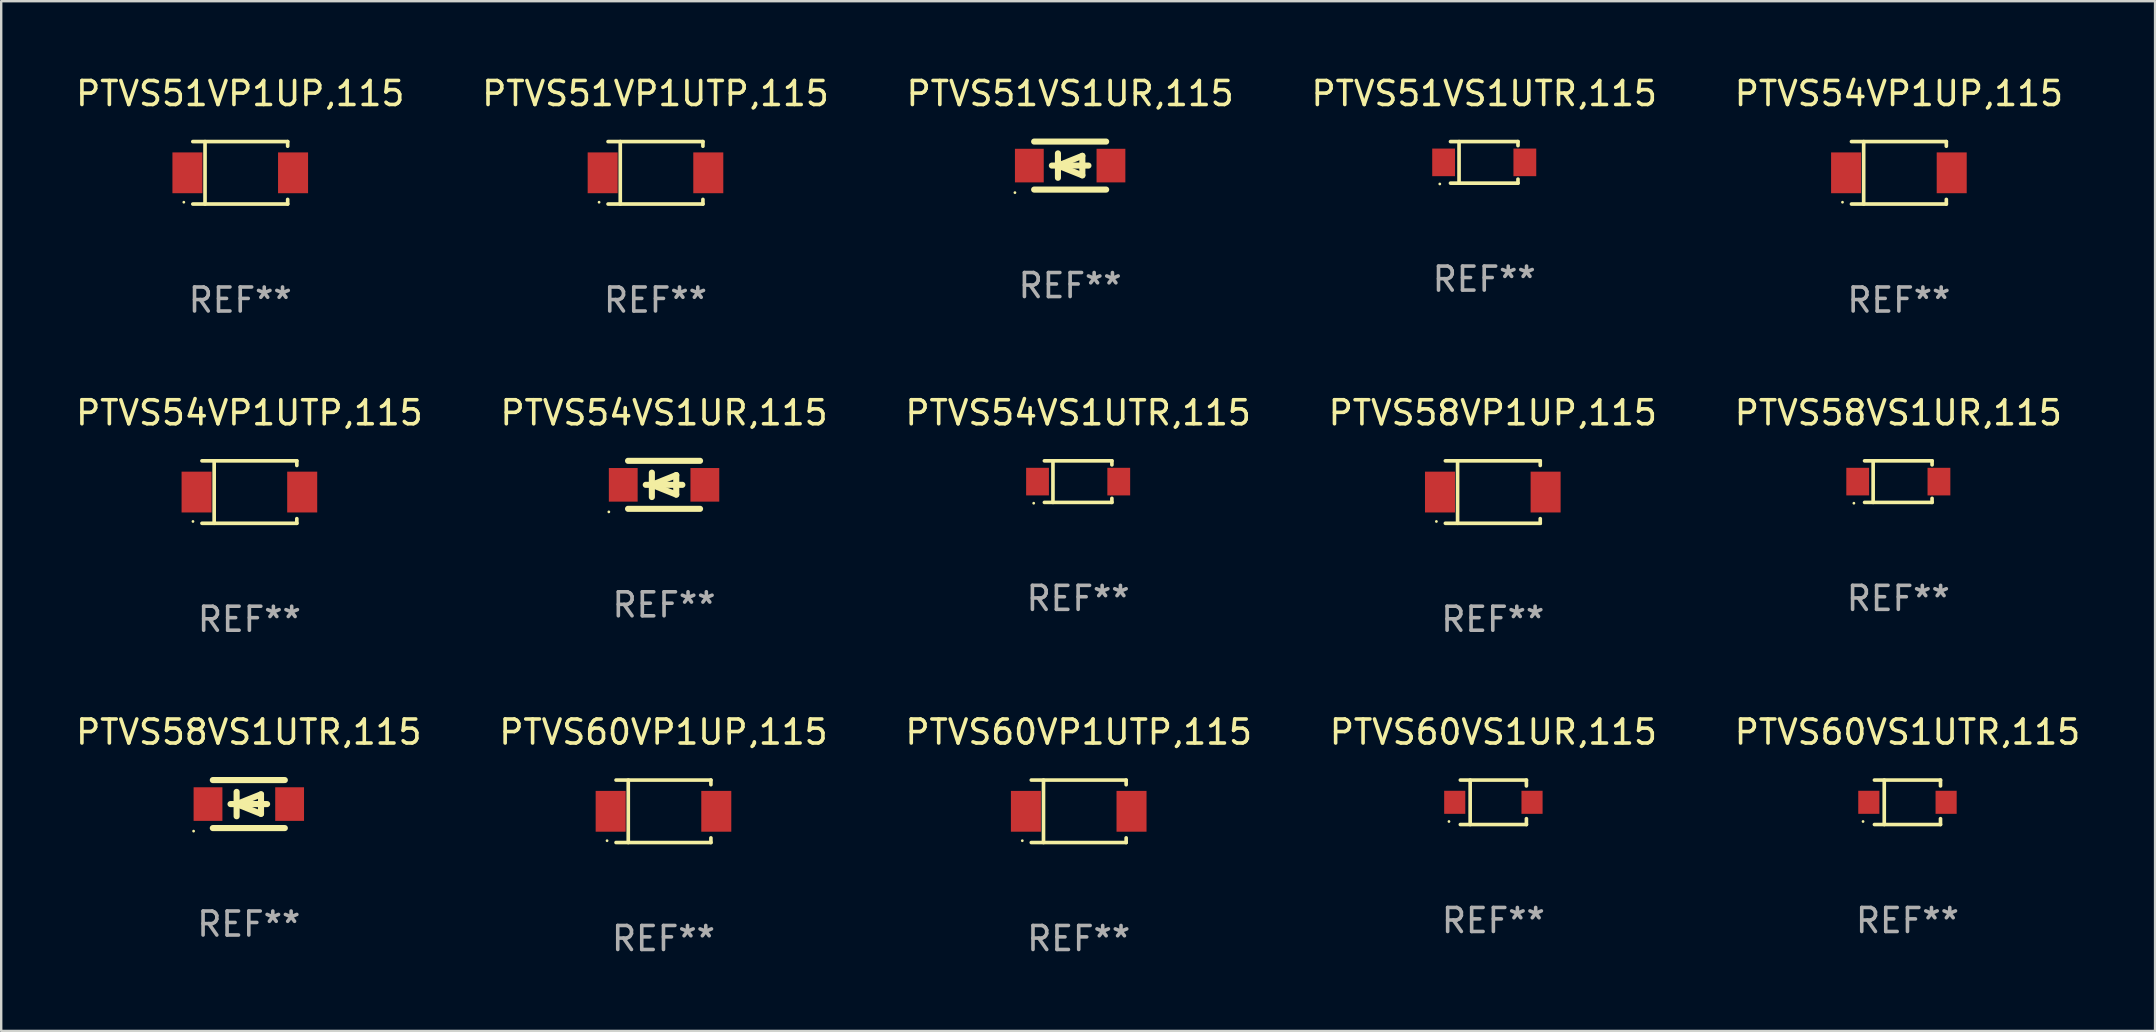
<source format=kicad_pcb>
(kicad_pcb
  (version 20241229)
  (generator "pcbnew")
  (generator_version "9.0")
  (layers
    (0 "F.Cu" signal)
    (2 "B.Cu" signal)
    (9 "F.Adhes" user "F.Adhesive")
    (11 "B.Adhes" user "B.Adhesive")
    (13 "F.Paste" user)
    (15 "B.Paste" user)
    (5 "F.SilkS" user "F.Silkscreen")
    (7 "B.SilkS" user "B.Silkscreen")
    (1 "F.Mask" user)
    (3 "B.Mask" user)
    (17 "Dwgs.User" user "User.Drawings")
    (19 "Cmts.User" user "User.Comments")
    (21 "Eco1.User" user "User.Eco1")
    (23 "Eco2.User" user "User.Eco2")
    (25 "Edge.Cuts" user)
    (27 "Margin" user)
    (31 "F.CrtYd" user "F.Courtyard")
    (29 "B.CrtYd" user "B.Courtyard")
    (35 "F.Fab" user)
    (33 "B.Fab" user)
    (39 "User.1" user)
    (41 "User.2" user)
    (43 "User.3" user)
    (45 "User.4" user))
  (footprint "PTVS51VP1UP,115"
    (layer "F.Cu")
    (at 6.958 4.149)
    (property "Reference" "PTVS51VP1UP,115" (at 0 -3.301 0) (layer "F.SilkS") (effects (font (size 1 1) (thickness 0.15))))
    (attr through_hole)
    (fp_line (start -1.976 -1.301) (end 1.976 -1.301) (stroke (width 0.152) (type solid)) (layer "F.SilkS"))
    (fp_line (start -1.976 1.301) (end 1.976 1.301) (stroke (width 0.152) (type solid)) (layer "F.SilkS"))
    (fp_line (start -1.467 -1.301) (end -1.467 1.301) (stroke (width 0.152) (type solid)) (layer "F.SilkS"))
    (fp_line (start 1.976 -1.301) (end 1.976 -1.108) (stroke (width 0.152) (type solid)) (layer "F.SilkS"))
    (fp_line (start 1.976 1.301) (end 1.976 1.108) (stroke (width 0.152) (type solid)) (layer "F.SilkS"))
    (fp_circle (center -2.35 1.225) (end -2.32 1.225) (stroke (width 0.06) (type solid)) (fill no) (layer "F.SilkS"))
    (fp_text user "REF**" (at 0 5.301 0) (layer "F.Fab") (effects (font (size 1 1) (thickness 0.15))))
    (pad "1" smd rect (at -2.2 0 180) (size 1.25 1.7) (layers "F.Cu" "F.Mask" "F.Paste"))
    (pad "2" smd rect (at 2.2 0 180) (size 1.25 1.7) (layers "F.Cu" "F.Mask" "F.Paste")))
  (footprint "PTVS51VP1UTP,115"
    (layer "F.Cu")
    (at 24.256 4.149)
    (property "Reference" "PTVS51VP1UTP,115" (at 0 -3.301 0) (layer "F.SilkS") (effects (font (size 1 1) (thickness 0.15))))
    (attr through_hole)
    (fp_line (start -1.976 -1.301) (end 1.976 -1.301) (stroke (width 0.152) (type solid)) (layer "F.SilkS"))
    (fp_line (start -1.976 1.301) (end 1.976 1.301) (stroke (width 0.152) (type solid)) (layer "F.SilkS"))
    (fp_line (start -1.467 -1.301) (end -1.467 1.301) (stroke (width 0.152) (type solid)) (layer "F.SilkS"))
    (fp_line (start 1.976 -1.301) (end 1.976 -1.108) (stroke (width 0.152) (type solid)) (layer "F.SilkS"))
    (fp_line (start 1.976 1.301) (end 1.976 1.108) (stroke (width 0.152) (type solid)) (layer "F.SilkS"))
    (fp_circle (center -2.35 1.225) (end -2.32 1.225) (stroke (width 0.06) (type solid)) (fill no) (layer "F.SilkS"))
    (fp_text user "REF**" (at 0 5.301 0) (layer "F.Fab") (effects (font (size 1 1) (thickness 0.15))))
    (pad "1" smd rect (at -2.2 0 180) (size 1.25 1.7) (layers "F.Cu" "F.Mask" "F.Paste"))
    (pad "2" smd rect (at 2.2 0 180) (size 1.25 1.7) (layers "F.Cu" "F.Mask" "F.Paste")))
  (footprint "PTVS51VS1UTR,115"
    (layer "F.Cu")
    (at 58.78 3.714)
    (property "Reference" "PTVS51VS1UTR,115" (at 0 -2.866 0) (layer "F.SilkS") (effects (font (size 1 1) (thickness 0.15))))
    (attr through_hole)
    (fp_line (start -1.406 -0.866) (end 1.406 -0.866) (stroke (width 0.152) (type solid)) (layer "F.SilkS"))
    (fp_line (start -1.406 0.866) (end 1.406 0.866) (stroke (width 0.152) (type solid)) (layer "F.SilkS"))
    (fp_line (start -1.049 -0.866) (end -1.049 0.866) (stroke (width 0.152) (type solid)) (layer "F.SilkS"))
    (fp_line (start 1.406 -0.866) (end 1.406 -0.698) (stroke (width 0.152) (type solid)) (layer "F.SilkS"))
    (fp_line (start 1.406 0.866) (end 1.406 0.698) (stroke (width 0.152) (type solid)) (layer "F.SilkS"))
    (fp_circle (center -1.851 0.9) (end -1.821 0.9) (stroke (width 0.06) (type solid)) (fill no) (layer "F.SilkS"))
    (fp_text user "REF**" (at 0 4.866 0) (layer "F.Fab") (effects (font (size 1 1) (thickness 0.15))))
    (pad "1" smd rect (at -1.692 0) (size 0.95 1.15) (layers "F.Cu" "F.Mask" "F.Paste"))
    (pad "2" smd rect (at 1.692 0) (size 0.95 1.15) (layers "F.Cu" "F.Mask" "F.Paste")))
  (footprint "PTVS54VS1UR,115"
    (layer "F.Cu")
    (at 24.613 17.147)
    (property "Reference" "PTVS54VS1UR,115" (at 0 -3 0) (layer "F.SilkS") (effects (font (size 1 1) (thickness 0.15))))
    (attr through_hole)
    (fp_line (start -1.5 -1) (end 1.5 -1) (stroke (width 0.254) (type solid)) (layer "F.SilkS"))
    (fp_line (start -1.5 1) (end 1.5 1) (stroke (width 0.254) (type solid)) (layer "F.SilkS"))
    (fp_line (start -0.762 0) (end 0.762 0) (stroke (width 0.254) (type solid)) (layer "F.SilkS"))
    (fp_line (start -0.508 -0.508) (end -0.508 0.508) (stroke (width 0.254) (type solid)) (layer "F.SilkS"))
    (fp_line (start -0.508 0) (end 0.508 -0.406) (stroke (width 0.254) (type solid)) (layer "F.SilkS"))
    (fp_line (start 0.508 -0.406) (end 0.508 0.406) (stroke (width 0.254) (type solid)) (layer "F.SilkS"))
    (fp_line (start 0.508 0.406) (end -0.508 0) (stroke (width 0.254) (type solid)) (layer "F.SilkS"))
    (fp_circle (center -2.3 1.127) (end -2.27 1.127) (stroke (width 0.06) (type solid)) (fill no) (layer "F.SilkS"))
    (fp_text user "REF**" (at 0 5 0) (layer "F.Fab") (effects (font (size 1 1) (thickness 0.15))))
    (pad "1" smd rect (at -1.7 0) (size 1.2 1.4) (layers "F.Cu" "F.Mask" "F.Paste"))
    (pad "2" smd rect (at 1.7 0) (size 1.2 1.4) (layers "F.Cu" "F.Mask" "F.Paste")))
  (footprint "PTVS60VS1UTR,115"
    (layer "F.Cu")
    (at 76.411 30.372)
    (property "Reference" "PTVS60VS1UTR,115" (at 0 -2.926 0) (layer "F.SilkS") (effects (font (size 1 1) (thickness 0.15))))
    (attr through_hole)
    (fp_line (start -1.376 -0.926) (end 1.376 -0.926) (stroke (width 0.152) (type solid)) (layer "F.SilkS"))
    (fp_line (start -1.376 0.926) (end 1.376 0.926) (stroke (width 0.152) (type solid)) (layer "F.SilkS"))
    (fp_line (start -0.967 -0.926) (end -0.967 0.926) (stroke (width 0.152) (type solid)) (layer "F.SilkS"))
    (fp_line (start 1.376 -0.926) (end 1.376 -0.683) (stroke (width 0.152) (type solid)) (layer "F.SilkS"))
    (fp_line (start 1.376 0.926) (end 1.376 0.683) (stroke (width 0.152) (type solid)) (layer "F.SilkS"))
    (fp_circle (center -1.85 0.8) (end -1.82 0.8) (stroke (width 0.06) (type solid)) (fill no) (layer "F.SilkS"))
    (fp_text user "REF**" (at 0 4.926 0) (layer "F.Fab") (effects (font (size 1 1) (thickness 0.15))))
    (pad "1" smd rect (at -1.61 0) (size 0.88 0.96) (layers "F.Cu" "F.Mask" "F.Paste"))
    (pad "2" smd rect (at 1.61 0) (size 0.88 0.96) (layers "F.Cu" "F.Mask" "F.Paste")))
  (footprint "PTVS60VP1UTP,115"
    (layer "F.Cu")
    (at 41.887 30.747)
    (property "Reference" "PTVS60VP1UTP,115" (at 0 -3.301 0) (layer "F.SilkS") (effects (font (size 1 1) (thickness 0.15))))
    (attr through_hole)
    (fp_line (start -1.976 -1.301) (end 1.976 -1.301) (stroke (width 0.152) (type solid)) (layer "F.SilkS"))
    (fp_line (start -1.976 1.301) (end 1.976 1.301) (stroke (width 0.152) (type solid)) (layer "F.SilkS"))
    (fp_line (start -1.467 -1.301) (end -1.467 1.301) (stroke (width 0.152) (type solid)) (layer "F.SilkS"))
    (fp_line (start 1.976 -1.301) (end 1.976 -1.108) (stroke (width 0.152) (type solid)) (layer "F.SilkS"))
    (fp_line (start 1.976 1.301) (end 1.976 1.108) (stroke (width 0.152) (type solid)) (layer "F.SilkS"))
    (fp_circle (center -2.35 1.225) (end -2.32 1.225) (stroke (width 0.06) (type solid)) (fill no) (layer "F.SilkS"))
    (fp_text user "REF**" (at 0 5.301 0) (layer "F.Fab") (effects (font (size 1 1) (thickness 0.15))))
    (pad "1" smd rect (at -2.2 0 180) (size 1.25 1.7) (layers "F.Cu" "F.Mask" "F.Paste"))
    (pad "2" smd rect (at 2.2 0 180) (size 1.25 1.7) (layers "F.Cu" "F.Mask" "F.Paste")))
  (footprint "PTVS58VP1UP,115"
    (layer "F.Cu")
    (at 59.137 17.448)
    (property "Reference" "PTVS58VP1UP,115" (at 0 -3.301 0) (layer "F.SilkS") (effects (font (size 1 1) (thickness 0.15))))
    (attr through_hole)
    (fp_line (start -1.976 -1.301) (end 1.976 -1.301) (stroke (width 0.152) (type solid)) (layer "F.SilkS"))
    (fp_line (start -1.976 1.301) (end 1.976 1.301) (stroke (width 0.152) (type solid)) (layer "F.SilkS"))
    (fp_line (start -1.467 -1.301) (end -1.467 1.301) (stroke (width 0.152) (type solid)) (layer "F.SilkS"))
    (fp_line (start 1.976 -1.301) (end 1.976 -1.108) (stroke (width 0.152) (type solid)) (layer "F.SilkS"))
    (fp_line (start 1.976 1.301) (end 1.976 1.108) (stroke (width 0.152) (type solid)) (layer "F.SilkS"))
    (fp_circle (center -2.35 1.225) (end -2.32 1.225) (stroke (width 0.06) (type solid)) (fill no) (layer "F.SilkS"))
    (fp_text user "REF**" (at 0 5.301 0) (layer "F.Fab") (effects (font (size 1 1) (thickness 0.15))))
    (pad "1" smd rect (at -2.2 0 180) (size 1.25 1.7) (layers "F.Cu" "F.Mask" "F.Paste"))
    (pad "2" smd rect (at 2.2 0 180) (size 1.25 1.7) (layers "F.Cu" "F.Mask" "F.Paste")))
  (footprint "PTVS60VP1UP,115"
    (layer "F.Cu")
    (at 24.589 30.747)
    (property "Reference" "PTVS60VP1UP,115" (at 0 -3.301 0) (layer "F.SilkS") (effects (font (size 1 1) (thickness 0.15))))
    (attr through_hole)
    (fp_line (start -1.976 -1.301) (end 1.976 -1.301) (stroke (width 0.152) (type solid)) (layer "F.SilkS"))
    (fp_line (start -1.976 1.301) (end 1.976 1.301) (stroke (width 0.152) (type solid)) (layer "F.SilkS"))
    (fp_line (start -1.467 -1.301) (end -1.467 1.301) (stroke (width 0.152) (type solid)) (layer "F.SilkS"))
    (fp_line (start 1.976 -1.301) (end 1.976 -1.108) (stroke (width 0.152) (type solid)) (layer "F.SilkS"))
    (fp_line (start 1.976 1.301) (end 1.976 1.108) (stroke (width 0.152) (type solid)) (layer "F.SilkS"))
    (fp_circle (center -2.35 1.225) (end -2.32 1.225) (stroke (width 0.06) (type solid)) (fill no) (layer "F.SilkS"))
    (fp_text user "REF**" (at 0 5.301 0) (layer "F.Fab") (effects (font (size 1 1) (thickness 0.15))))
    (pad "1" smd rect (at -2.2 0 180) (size 1.25 1.7) (layers "F.Cu" "F.Mask" "F.Paste"))
    (pad "2" smd rect (at 2.2 0 180) (size 1.25 1.7) (layers "F.Cu" "F.Mask" "F.Paste")))
  (footprint "PTVS54VS1UTR,115"
    (layer "F.Cu")
    (at 41.863 17.013)
    (property "Reference" "PTVS54VS1UTR,115" (at 0 -2.866 0) (layer "F.SilkS") (effects (font (size 1 1) (thickness 0.15))))
    (attr through_hole)
    (fp_line (start -1.406 -0.866) (end 1.406 -0.866) (stroke (width 0.152) (type solid)) (layer "F.SilkS"))
    (fp_line (start -1.406 0.866) (end 1.406 0.866) (stroke (width 0.152) (type solid)) (layer "F.SilkS"))
    (fp_line (start -1.049 -0.866) (end -1.049 0.866) (stroke (width 0.152) (type solid)) (layer "F.SilkS"))
    (fp_line (start 1.406 -0.866) (end 1.406 -0.698) (stroke (width 0.152) (type solid)) (layer "F.SilkS"))
    (fp_line (start 1.406 0.866) (end 1.406 0.698) (stroke (width 0.152) (type solid)) (layer "F.SilkS"))
    (fp_circle (center -1.851 0.9) (end -1.821 0.9) (stroke (width 0.06) (type solid)) (fill no) (layer "F.SilkS"))
    (fp_text user "REF**" (at 0 4.866 0) (layer "F.Fab") (effects (font (size 1 1) (thickness 0.15))))
    (pad "1" smd rect (at -1.692 0) (size 0.95 1.15) (layers "F.Cu" "F.Mask" "F.Paste"))
    (pad "2" smd rect (at 1.692 0) (size 0.95 1.15) (layers "F.Cu" "F.Mask" "F.Paste")))
  (footprint "PTVS54VP1UP,115"
    (layer "F.Cu")
    (at 76.054 4.149)
    (property "Reference" "PTVS54VP1UP,115" (at 0 -3.301 0) (layer "F.SilkS") (effects (font (size 1 1) (thickness 0.15))))
    (attr through_hole)
    (fp_line (start -1.976 -1.301) (end 1.976 -1.301) (stroke (width 0.152) (type solid)) (layer "F.SilkS"))
    (fp_line (start -1.976 1.301) (end 1.976 1.301) (stroke (width 0.152) (type solid)) (layer "F.SilkS"))
    (fp_line (start -1.467 -1.301) (end -1.467 1.301) (stroke (width 0.152) (type solid)) (layer "F.SilkS"))
    (fp_line (start 1.976 -1.301) (end 1.976 -1.108) (stroke (width 0.152) (type solid)) (layer "F.SilkS"))
    (fp_line (start 1.976 1.301) (end 1.976 1.108) (stroke (width 0.152) (type solid)) (layer "F.SilkS"))
    (fp_circle (center -2.35 1.225) (end -2.32 1.225) (stroke (width 0.06) (type solid)) (fill no) (layer "F.SilkS"))
    (fp_text user "REF**" (at 0 5.301 0) (layer "F.Fab") (effects (font (size 1 1) (thickness 0.15))))
    (pad "1" smd rect (at -2.2 0 180) (size 1.25 1.7) (layers "F.Cu" "F.Mask" "F.Paste"))
    (pad "2" smd rect (at 2.2 0 180) (size 1.25 1.7) (layers "F.Cu" "F.Mask" "F.Paste")))
  (footprint "PTVS60VS1UR,115"
    (layer "F.Cu")
    (at 59.161 30.372)
    (property "Reference" "PTVS60VS1UR,115" (at 0 -2.926 0) (layer "F.SilkS") (effects (font (size 1 1) (thickness 0.15))))
    (attr through_hole)
    (fp_line (start -1.376 -0.926) (end 1.376 -0.926) (stroke (width 0.152) (type solid)) (layer "F.SilkS"))
    (fp_line (start -1.376 0.926) (end 1.376 0.926) (stroke (width 0.152) (type solid)) (layer "F.SilkS"))
    (fp_line (start -0.967 -0.926) (end -0.967 0.926) (stroke (width 0.152) (type solid)) (layer "F.SilkS"))
    (fp_line (start 1.376 -0.926) (end 1.376 -0.683) (stroke (width 0.152) (type solid)) (layer "F.SilkS"))
    (fp_line (start 1.376 0.926) (end 1.376 0.683) (stroke (width 0.152) (type solid)) (layer "F.SilkS"))
    (fp_circle (center -1.85 0.8) (end -1.82 0.8) (stroke (width 0.06) (type solid)) (fill no) (layer "F.SilkS"))
    (fp_text user "REF**" (at 0 4.926 0) (layer "F.Fab") (effects (font (size 1 1) (thickness 0.15))))
    (pad "1" smd rect (at -1.61 0) (size 0.88 0.96) (layers "F.Cu" "F.Mask" "F.Paste"))
    (pad "2" smd rect (at 1.61 0) (size 0.88 0.96) (layers "F.Cu" "F.Mask" "F.Paste")))
  (footprint "PTVS51VS1UR,115"
    (layer "F.Cu")
    (at 41.53 3.848)
    (property "Reference" "PTVS51VS1UR,115" (at 0 -3 0) (layer "F.SilkS") (effects (font (size 1 1) (thickness 0.15))))
    (attr through_hole)
    (fp_line (start -1.5 -1) (end 1.5 -1) (stroke (width 0.254) (type solid)) (layer "F.SilkS"))
    (fp_line (start -1.5 1) (end 1.5 1) (stroke (width 0.254) (type solid)) (layer "F.SilkS"))
    (fp_line (start -0.762 0) (end 0.762 0) (stroke (width 0.254) (type solid)) (layer "F.SilkS"))
    (fp_line (start -0.508 -0.508) (end -0.508 0.508) (stroke (width 0.254) (type solid)) (layer "F.SilkS"))
    (fp_line (start -0.508 0) (end 0.508 -0.406) (stroke (width 0.254) (type solid)) (layer "F.SilkS"))
    (fp_line (start 0.508 -0.406) (end 0.508 0.406) (stroke (width 0.254) (type solid)) (layer "F.SilkS"))
    (fp_line (start 0.508 0.406) (end -0.508 0) (stroke (width 0.254) (type solid)) (layer "F.SilkS"))
    (fp_circle (center -2.3 1.127) (end -2.27 1.127) (stroke (width 0.06) (type solid)) (fill no) (layer "F.SilkS"))
    (fp_text user "REF**" (at 0 5 0) (layer "F.Fab") (effects (font (size 1 1) (thickness 0.15))))
    (pad "1" smd rect (at -1.7 0) (size 1.2 1.4) (layers "F.Cu" "F.Mask" "F.Paste"))
    (pad "2" smd rect (at 1.7 0) (size 1.2 1.4) (layers "F.Cu" "F.Mask" "F.Paste")))
  (footprint "PTVS58VS1UTR,115"
    (layer "F.Cu")
    (at 7.315 30.446)
    (property "Reference" "PTVS58VS1UTR,115" (at 0 -3 0) (layer "F.SilkS") (effects (font (size 1 1) (thickness 0.15))))
    (attr through_hole)
    (fp_line (start -1.5 -1) (end 1.5 -1) (stroke (width 0.254) (type solid)) (layer "F.SilkS"))
    (fp_line (start -1.5 1) (end 1.5 1) (stroke (width 0.254) (type solid)) (layer "F.SilkS"))
    (fp_line (start -0.762 0) (end 0.762 0) (stroke (width 0.254) (type solid)) (layer "F.SilkS"))
    (fp_line (start -0.508 -0.508) (end -0.508 0.508) (stroke (width 0.254) (type solid)) (layer "F.SilkS"))
    (fp_line (start -0.508 0) (end 0.508 -0.406) (stroke (width 0.254) (type solid)) (layer "F.SilkS"))
    (fp_line (start 0.508 -0.406) (end 0.508 0.406) (stroke (width 0.254) (type solid)) (layer "F.SilkS"))
    (fp_line (start 0.508 0.406) (end -0.508 0) (stroke (width 0.254) (type solid)) (layer "F.SilkS"))
    (fp_circle (center -2.3 1.127) (end -2.27 1.127) (stroke (width 0.06) (type solid)) (fill no) (layer "F.SilkS"))
    (fp_text user "REF**" (at 0 5 0) (layer "F.Fab") (effects (font (size 1 1) (thickness 0.15))))
    (pad "1" smd rect (at -1.7 0) (size 1.2 1.4) (layers "F.Cu" "F.Mask" "F.Paste"))
    (pad "2" smd rect (at 1.7 0) (size 1.2 1.4) (layers "F.Cu" "F.Mask" "F.Paste")))
  (footprint "PTVS58VS1UR,115"
    (layer "F.Cu")
    (at 76.03 17.013)
    (property "Reference" "PTVS58VS1UR,115" (at 0 -2.866 0) (layer "F.SilkS") (effects (font (size 1 1) (thickness 0.15))))
    (attr through_hole)
    (fp_line (start -1.406 -0.866) (end 1.406 -0.866) (stroke (width 0.152) (type solid)) (layer "F.SilkS"))
    (fp_line (start -1.406 0.866) (end 1.406 0.866) (stroke (width 0.152) (type solid)) (layer "F.SilkS"))
    (fp_line (start -1.049 -0.866) (end -1.049 0.866) (stroke (width 0.152) (type solid)) (layer "F.SilkS"))
    (fp_line (start 1.406 -0.866) (end 1.406 -0.698) (stroke (width 0.152) (type solid)) (layer "F.SilkS"))
    (fp_line (start 1.406 0.866) (end 1.406 0.698) (stroke (width 0.152) (type solid)) (layer "F.SilkS"))
    (fp_circle (center -1.851 0.9) (end -1.821 0.9) (stroke (width 0.06) (type solid)) (fill no) (layer "F.SilkS"))
    (fp_text user "REF**" (at 0 4.866 0) (layer "F.Fab") (effects (font (size 1 1) (thickness 0.15))))
    (pad "1" smd rect (at -1.692 0) (size 0.95 1.15) (layers "F.Cu" "F.Mask" "F.Paste"))
    (pad "2" smd rect (at 1.692 0) (size 0.95 1.15) (layers "F.Cu" "F.Mask" "F.Paste")))
  (footprint "PTVS54VP1UTP,115"
    (layer "F.Cu")
    (at 7.339 17.448)
    (property "Reference" "PTVS54VP1UTP,115" (at 0 -3.301 0) (layer "F.SilkS") (effects (font (size 1 1) (thickness 0.15))))
    (attr through_hole)
    (fp_line (start -1.976 -1.301) (end 1.976 -1.301) (stroke (width 0.152) (type solid)) (layer "F.SilkS"))
    (fp_line (start -1.976 1.301) (end 1.976 1.301) (stroke (width 0.152) (type solid)) (layer "F.SilkS"))
    (fp_line (start -1.467 -1.301) (end -1.467 1.301) (stroke (width 0.152) (type solid)) (layer "F.SilkS"))
    (fp_line (start 1.976 -1.301) (end 1.976 -1.108) (stroke (width 0.152) (type solid)) (layer "F.SilkS"))
    (fp_line (start 1.976 1.301) (end 1.976 1.108) (stroke (width 0.152) (type solid)) (layer "F.SilkS"))
    (fp_circle (center -2.35 1.225) (end -2.32 1.225) (stroke (width 0.06) (type solid)) (fill no) (layer "F.SilkS"))
    (fp_text user "REF**" (at 0 5.301 0) (layer "F.Fab") (effects (font (size 1 1) (thickness 0.15))))
    (pad "1" smd rect (at -2.2 0 180) (size 1.25 1.7) (layers "F.Cu" "F.Mask" "F.Paste"))
    (pad "2" smd rect (at 2.2 0 180) (size 1.25 1.7) (layers "F.Cu" "F.Mask" "F.Paste")))
  (gr_rect
    (start -3 -3)
    (end 86.726 39.897)
    (stroke (width 0.1) (type default))
    (fill no)
    (layer "Edge.Cuts")))
</source>
